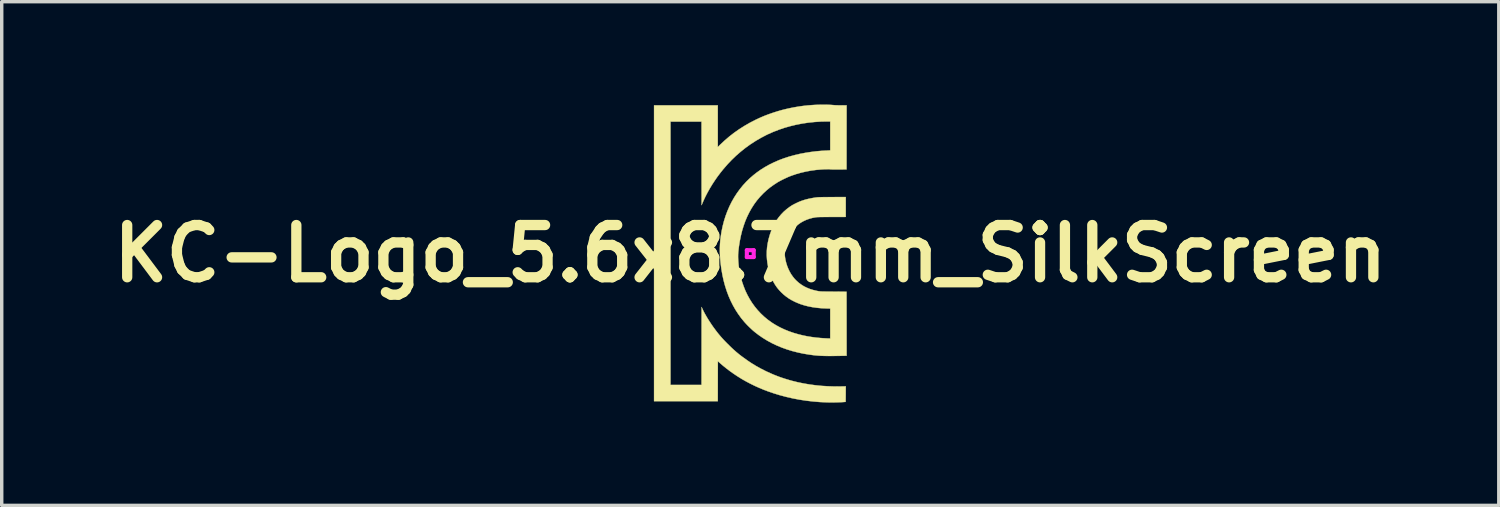
<source format=kicad_pcb>
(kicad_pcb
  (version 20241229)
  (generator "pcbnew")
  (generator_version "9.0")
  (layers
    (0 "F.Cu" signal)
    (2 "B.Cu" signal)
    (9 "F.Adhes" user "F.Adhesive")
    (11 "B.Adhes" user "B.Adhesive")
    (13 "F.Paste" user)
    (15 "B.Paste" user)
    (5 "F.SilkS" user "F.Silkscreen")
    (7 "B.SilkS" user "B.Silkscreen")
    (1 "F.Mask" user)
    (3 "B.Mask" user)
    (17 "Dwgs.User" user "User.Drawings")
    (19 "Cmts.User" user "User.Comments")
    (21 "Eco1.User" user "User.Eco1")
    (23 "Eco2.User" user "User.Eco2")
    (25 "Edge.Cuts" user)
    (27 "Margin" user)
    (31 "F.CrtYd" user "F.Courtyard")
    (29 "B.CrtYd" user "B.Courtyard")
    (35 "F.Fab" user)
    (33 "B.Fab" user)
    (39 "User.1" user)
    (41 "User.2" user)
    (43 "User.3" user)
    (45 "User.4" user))
  (footprint "KC-Logo_5.6x8.7mm_SilkScreen"
    (layer "F.Cu")
    (at 18.84 4.35)
    (property "Reference" "KC-Logo_5.6x8.7mm_SilkScreen" (at 0 0 0) (layer "F.SilkS") (effects (font (size 1.524 1.524) (thickness 0.3))))
    (attr exclude_from_pos_files exclude_from_bom)
    (fp_poly (pts (xy 2.275 -4.343) (xy 2.363 -4.339) (xy 2.434 -4.333) (xy 2.464 -4.331) (xy 2.501 -4.329) (xy 2.544 -4.328) (xy 2.596 -4.327) (xy 2.655 -4.327) (xy 2.655 -4.327) (xy 2.811 -4.326) (xy 2.81 -3.392) (xy 2.809 -2.457) (xy 2.574 -2.456) (xy 2.52 -2.456) (xy 2.473 -2.456) (xy 2.434 -2.456) (xy 2.402 -2.456) (xy 2.376 -2.457) (xy 2.357 -2.457) (xy 2.344 -2.458) (xy 2.337 -2.459) (xy 2.334 -2.46) (xy 2.328 -2.462) (xy 2.315 -2.462) (xy 2.295 -2.463) (xy 2.269 -2.463) (xy 2.24 -2.462) (xy 2.206 -2.462) (xy 2.171 -2.461) (xy 2.134 -2.459) (xy 2.097 -2.457) (xy 2.062 -2.455) (xy 1.916 -2.442) (xy 1.77 -2.422) (xy 1.625 -2.395) (xy 1.482 -2.362) (xy 1.343 -2.323) (xy 1.209 -2.277) (xy 1.143 -2.252) (xy 1.109 -2.238) (xy 1.07 -2.22) (xy 1.028 -2.201) (xy 0.984 -2.18) (xy 0.94 -2.159) (xy 0.898 -2.137) (xy 0.86 -2.117) (xy 0.826 -2.098) (xy 0.807 -2.088) (xy 0.69 -2.012) (xy 0.578 -1.932) (xy 0.473 -1.845) (xy 0.374 -1.753) (xy 0.281 -1.655) (xy 0.194 -1.552) (xy 0.114 -1.443) (xy 0.04 -1.328) (xy -0.028 -1.207) (xy -0.09 -1.081) (xy -0.146 -0.949) (xy -0.195 -0.811) (xy -0.239 -0.667) (xy -0.276 -0.517) (xy -0.307 -0.362) (xy -0.332 -0.201) (xy -0.35 -0.047) (xy -0.354 0.018) (xy -0.355 0.089) (xy -0.353 0.165) (xy -0.348 0.244) (xy -0.341 0.326) (xy -0.331 0.409) (xy -0.318 0.491) (xy -0.309 0.542) (xy -0.277 0.684) (xy -0.239 0.822) (xy -0.193 0.955) (xy -0.142 1.084) (xy -0.083 1.207) (xy -0.018 1.325) (xy 0.053 1.438) (xy 0.131 1.546) (xy 0.215 1.648) (xy 0.305 1.745) (xy 0.401 1.836) (xy 0.503 1.921) (xy 0.53 1.941) (xy 0.639 2.019) (xy 0.754 2.09) (xy 0.874 2.155) (xy 1 2.214) (xy 1.131 2.267) (xy 1.268 2.314) (xy 1.289 2.32) (xy 1.41 2.355) (xy 1.533 2.385) (xy 1.659 2.411) (xy 1.788 2.432) (xy 1.924 2.45) (xy 2.021 2.459) (xy 2.05 2.462) (xy 2.083 2.464) (xy 2.12 2.467) (xy 2.157 2.469) (xy 2.195 2.471) (xy 2.232 2.473) (xy 2.265 2.475) (xy 2.293 2.476) (xy 2.315 2.476) (xy 2.321 2.476) (xy 2.333 2.477) (xy 2.333 1.602) (xy 2.219 1.599) (xy 2.08 1.593) (xy 1.946 1.58) (xy 1.817 1.562) (xy 1.693 1.538) (xy 1.575 1.508) (xy 1.463 1.472) (xy 1.405 1.45) (xy 1.305 1.407) (xy 1.213 1.36) (xy 1.128 1.31) (xy 1.048 1.254) (xy 0.973 1.193) (xy 0.902 1.127) (xy 0.902 1.127) (xy 0.849 1.071) (xy 0.803 1.017) (xy 0.761 0.962) (xy 0.723 0.905) (xy 0.686 0.842) (xy 0.68 0.832) (xy 0.639 0.753) (xy 0.604 0.672) (xy 0.573 0.588) (xy 0.547 0.499) (xy 0.524 0.404) (xy 0.523 0.4) (xy 0.501 0.28) (xy 0.487 0.162) (xy 0.48 0.046) (xy 0.482 -0.07) (xy 0.491 -0.186) (xy 0.509 -0.303) (xy 0.534 -0.421) (xy 0.536 -0.429) (xy 0.57 -0.549) (xy 0.61 -0.663) (xy 0.655 -0.77) (xy 0.707 -0.872) (xy 0.765 -0.969) (xy 0.829 -1.059) (xy 0.899 -1.143) (xy 0.975 -1.222) (xy 1.057 -1.294) (xy 1.144 -1.36) (xy 1.202 -1.399) (xy 1.23 -1.416) (xy 1.264 -1.434) (xy 1.302 -1.454) (xy 1.343 -1.474) (xy 1.383 -1.493) (xy 1.422 -1.511) (xy 1.457 -1.525) (xy 1.469 -1.53) (xy 1.546 -1.557) (xy 1.625 -1.581) (xy 1.709 -1.601) (xy 1.797 -1.619) (xy 1.892 -1.635) (xy 1.939 -1.641) (xy 1.949 -1.642) (xy 1.961 -1.643) (xy 1.973 -1.644) (xy 1.988 -1.645) (xy 2.005 -1.646) (xy 2.025 -1.647) (xy 2.048 -1.647) (xy 2.076 -1.648) (xy 2.109 -1.648) (xy 2.146 -1.649) (xy 2.19 -1.649) (xy 2.24 -1.649) (xy 2.298 -1.65) (xy 2.363 -1.65) (xy 2.391 -1.65) (xy 2.786 -1.651) (xy 2.786 -1.071) (xy 2.374 -1.07) (xy 2.304 -1.07) (xy 2.243 -1.069) (xy 2.189 -1.069) (xy 2.141 -1.069) (xy 2.1 -1.068) (xy 2.065 -1.068) (xy 2.035 -1.068) (xy 2.009 -1.067) (xy 1.987 -1.067) (xy 1.969 -1.066) (xy 1.954 -1.065) (xy 1.941 -1.064) (xy 1.931 -1.063) (xy 1.921 -1.062) (xy 1.914 -1.061) (xy 1.816 -1.043) (xy 1.723 -1.018) (xy 1.635 -0.986) (xy 1.552 -0.948) (xy 1.474 -0.904) (xy 1.402 -0.853) (xy 1.335 -0.797) (xy 1.274 -0.734) (xy 1.219 -0.666) (xy 1.197 -0.635) (xy 1.18 -0.607) (xy 1.16 -0.573) (xy 1.14 -0.535) (xy 1.121 -0.497) (xy 1.104 -0.461) (xy 1.092 -0.432) (xy 1.076 -0.387) (xy 1.06 -0.336) (xy 1.046 -0.283) (xy 1.033 -0.228) (xy 1.022 -0.173) (xy 1.014 -0.12) (xy 1.008 -0.07) (xy 1.005 -0.024) (xy 1.005 0.016) (xy 1.005 0.019) (xy 1.013 0.102) (xy 1.028 0.188) (xy 1.049 0.274) (xy 1.076 0.359) (xy 1.109 0.442) (xy 1.147 0.521) (xy 1.189 0.594) (xy 1.205 0.619) (xy 1.245 0.675) (xy 1.285 0.725) (xy 1.329 0.772) (xy 1.347 0.79) (xy 1.414 0.85) (xy 1.486 0.903) (xy 1.562 0.951) (xy 1.644 0.992) (xy 1.731 1.028) (xy 1.824 1.058) (xy 1.91 1.079) (xy 1.93 1.084) (xy 1.948 1.088) (xy 1.966 1.091) (xy 1.982 1.094) (xy 1.999 1.097) (xy 2.016 1.099) (xy 2.034 1.101) (xy 2.054 1.103) (xy 2.077 1.104) (xy 2.103 1.105) (xy 2.133 1.106) (xy 2.167 1.106) (xy 2.207 1.107) (xy 2.252 1.108) (xy 2.304 1.108) (xy 2.363 1.108) (xy 2.43 1.109) (xy 2.436 1.109) (xy 2.809 1.111) (xy 2.811 2.979) (xy 2.594 2.983) (xy 2.505 2.984) (xy 2.424 2.985) (xy 2.35 2.986) (xy 2.282 2.986) (xy 2.219 2.985) (xy 2.161 2.984) (xy 2.106 2.982) (xy 2.055 2.98) (xy 2.005 2.977) (xy 1.957 2.973) (xy 1.909 2.969) (xy 1.861 2.964) (xy 1.812 2.958) (xy 1.761 2.951) (xy 1.723 2.946) (xy 1.553 2.918) (xy 1.387 2.883) (xy 1.227 2.842) (xy 1.07 2.794) (xy 0.919 2.74) (xy 0.773 2.679) (xy 0.632 2.612) (xy 0.496 2.538) (xy 0.366 2.458) (xy 0.241 2.372) (xy 0.122 2.28) (xy 0.082 2.246) (xy 0.053 2.22) (xy 0.02 2.189) (xy -0.016 2.155) (xy -0.053 2.119) (xy -0.089 2.083) (xy -0.122 2.048) (xy -0.152 2.015) (xy -0.172 1.993) (xy -0.266 1.879) (xy -0.352 1.76) (xy -0.432 1.637) (xy -0.506 1.507) (xy -0.573 1.373) (xy -0.634 1.233) (xy -0.688 1.088) (xy -0.736 0.938) (xy -0.778 0.782) (xy -0.813 0.621) (xy -0.842 0.454) (xy -0.865 0.282) (xy -0.874 0.193) (xy -0.883 0.067) (xy -0.888 -0.053) (xy -0.888 -0.17) (xy -0.883 -0.285) (xy -0.874 -0.4) (xy -0.863 -0.487) (xy -0.838 -0.645) (xy -0.806 -0.8) (xy -0.767 -0.951) (xy -0.721 -1.097) (xy -0.668 -1.239) (xy -0.609 -1.377) (xy -0.543 -1.51) (xy -0.47 -1.638) (xy -0.391 -1.761) (xy -0.305 -1.879) (xy -0.214 -1.992) (xy -0.116 -2.099) (xy -0.012 -2.2) (xy 0.098 -2.295) (xy 0.182 -2.361) (xy 0.302 -2.446) (xy 0.427 -2.525) (xy 0.559 -2.599) (xy 0.697 -2.666) (xy 0.84 -2.728) (xy 0.989 -2.784) (xy 1.142 -2.833) (xy 1.3 -2.876) (xy 1.449 -2.911) (xy 1.603 -2.94) (xy 1.761 -2.965) (xy 1.919 -2.985) (xy 2.076 -2.999) (xy 2.198 -3.006) (xy 2.228 -3.007) (xy 2.256 -3.009) (xy 2.28 -3.01) (xy 2.3 -3.011) (xy 2.313 -3.012) (xy 2.319 -3.012) (xy 2.333 -3.015) (xy 2.333 -3.857) (xy 2.245 -3.857) (xy 2.059 -3.853) (xy 1.875 -3.841) (xy 1.693 -3.822) (xy 1.514 -3.795) (xy 1.338 -3.761) (xy 1.165 -3.719) (xy 0.995 -3.671) (xy 0.829 -3.614) (xy 0.667 -3.551) (xy 0.509 -3.481) (xy 0.464 -3.459) (xy 0.306 -3.376) (xy 0.152 -3.286) (xy 0.004 -3.19) (xy -0.14 -3.086) (xy -0.279 -2.975) (xy -0.414 -2.858) (xy -0.544 -2.733) (xy -0.669 -2.601) (xy -0.79 -2.461) (xy -0.867 -2.365) (xy -0.95 -2.256) (xy -1.03 -2.141) (xy -1.107 -2.024) (xy -1.179 -1.905) (xy -1.246 -1.786) (xy -1.308 -1.667) (xy -1.363 -1.549) (xy -1.395 -1.474) (xy -1.42 -1.414) (xy -1.421 -2.633) (xy -1.422 -3.852) (xy -2.328 -3.852) (xy -2.328 3.831) (xy -1.422 3.831) (xy -1.421 2.694) (xy -1.42 1.557) (xy -1.399 1.605) (xy -1.373 1.66) (xy -1.342 1.721) (xy -1.306 1.786) (xy -1.267 1.854) (xy -1.225 1.923) (xy -1.18 1.993) (xy -1.134 2.063) (xy -1.087 2.131) (xy -1.04 2.195) (xy -0.994 2.257) (xy -0.95 2.314) (xy -0.907 2.366) (xy -0.865 2.416) (xy -0.822 2.465) (xy -0.776 2.515) (xy -0.727 2.566) (xy -0.673 2.621) (xy -0.661 2.633) (xy -0.605 2.688) (xy -0.554 2.738) (xy -0.506 2.783) (xy -0.459 2.825) (xy -0.414 2.865) (xy -0.367 2.904) (xy -0.32 2.943) (xy -0.269 2.982) (xy -0.226 3.014) (xy -0.095 3.109) (xy 0.038 3.198) (xy 0.173 3.28) (xy 0.312 3.357) (xy 0.456 3.43) (xy 0.606 3.498) (xy 0.692 3.535) (xy 0.778 3.569) (xy 0.863 3.601) (xy 0.951 3.631) (xy 1.042 3.66) (xy 1.139 3.689) (xy 1.217 3.711) (xy 1.382 3.752) (xy 1.553 3.787) (xy 1.728 3.817) (xy 1.908 3.841) (xy 2.089 3.859) (xy 2.273 3.87) (xy 2.457 3.876) (xy 2.641 3.875) (xy 2.786 3.872) (xy 2.785 4.098) (xy 2.783 4.324) (xy 2.756 4.327) (xy 2.719 4.33) (xy 2.675 4.333) (xy 2.625 4.335) (xy 2.571 4.337) (xy 2.513 4.339) (xy 2.454 4.34) (xy 2.395 4.341) (xy 2.337 4.341) (xy 2.281 4.34) (xy 2.233 4.339) (xy 2.033 4.33) (xy 1.832 4.313) (xy 1.633 4.29) (xy 1.436 4.26) (xy 1.241 4.223) (xy 1.049 4.179) (xy 0.861 4.129) (xy 0.677 4.073) (xy 0.498 4.011) (xy 0.394 3.971) (xy 0.259 3.915) (xy 0.13 3.857) (xy 0.006 3.796) (xy -0.116 3.732) (xy -0.238 3.663) (xy -0.277 3.639) (xy -0.381 3.574) (xy -0.487 3.503) (xy -0.593 3.428) (xy -0.697 3.349) (xy -0.796 3.269) (xy -0.89 3.188) (xy -0.904 3.176) (xy -0.946 3.138) (xy -0.947 3.722) (xy -0.948 4.305) (xy -2.807 4.305) (xy -2.807 -4.326) (xy -0.948 -4.326) (xy -0.948 -3.11) (xy -0.882 -3.175) (xy -0.75 -3.298) (xy -0.614 -3.415) (xy -0.471 -3.526) (xy -0.323 -3.63) (xy -0.17 -3.727) (xy -0.012 -3.818) (xy 0.151 -3.902) (xy 0.257 -3.952) (xy 0.311 -3.976) (xy 0.362 -3.998) (xy 0.41 -4.018) (xy 0.458 -4.037) (xy 0.508 -4.056) (xy 0.561 -4.075) (xy 0.618 -4.095) (xy 0.677 -4.115) (xy 0.797 -4.153) (xy 0.915 -4.187) (xy 1.034 -4.217) (xy 1.155 -4.244) (xy 1.281 -4.269) (xy 1.412 -4.291) (xy 1.477 -4.301) (xy 1.573 -4.313) (xy 1.672 -4.324) (xy 1.774 -4.332) (xy 1.877 -4.339) (xy 1.98 -4.343) (xy 2.082 -4.345) (xy 2.18 -4.345) (xy 2.275 -4.343)) (stroke (width 0.01) (type solid)) (fill yes) (layer "F.SilkS"))
    (fp_line (start -0.1 -0.1) (end 0.1 -0.1) (stroke (width 0.12) (type solid)) (layer "F.CrtYd"))
    (fp_line (start -0.1 0.1) (end -0.1 -0.1) (stroke (width 0.12) (type solid)) (layer "F.CrtYd"))
    (fp_line (start 0.1 -0.1) (end 0.1 0.1) (stroke (width 0.12) (type solid)) (layer "F.CrtYd"))
    (fp_line (start 0.1 0.1) (end -0.1 0.1) (stroke (width 0.12) (type solid)) (layer "F.CrtYd")))
  (gr_rect
    (start -3 -3)
    (end 40.679 11.696)
    (stroke (width 0.1) (type default))
    (fill no)
    (layer "Edge.Cuts")))
</source>
